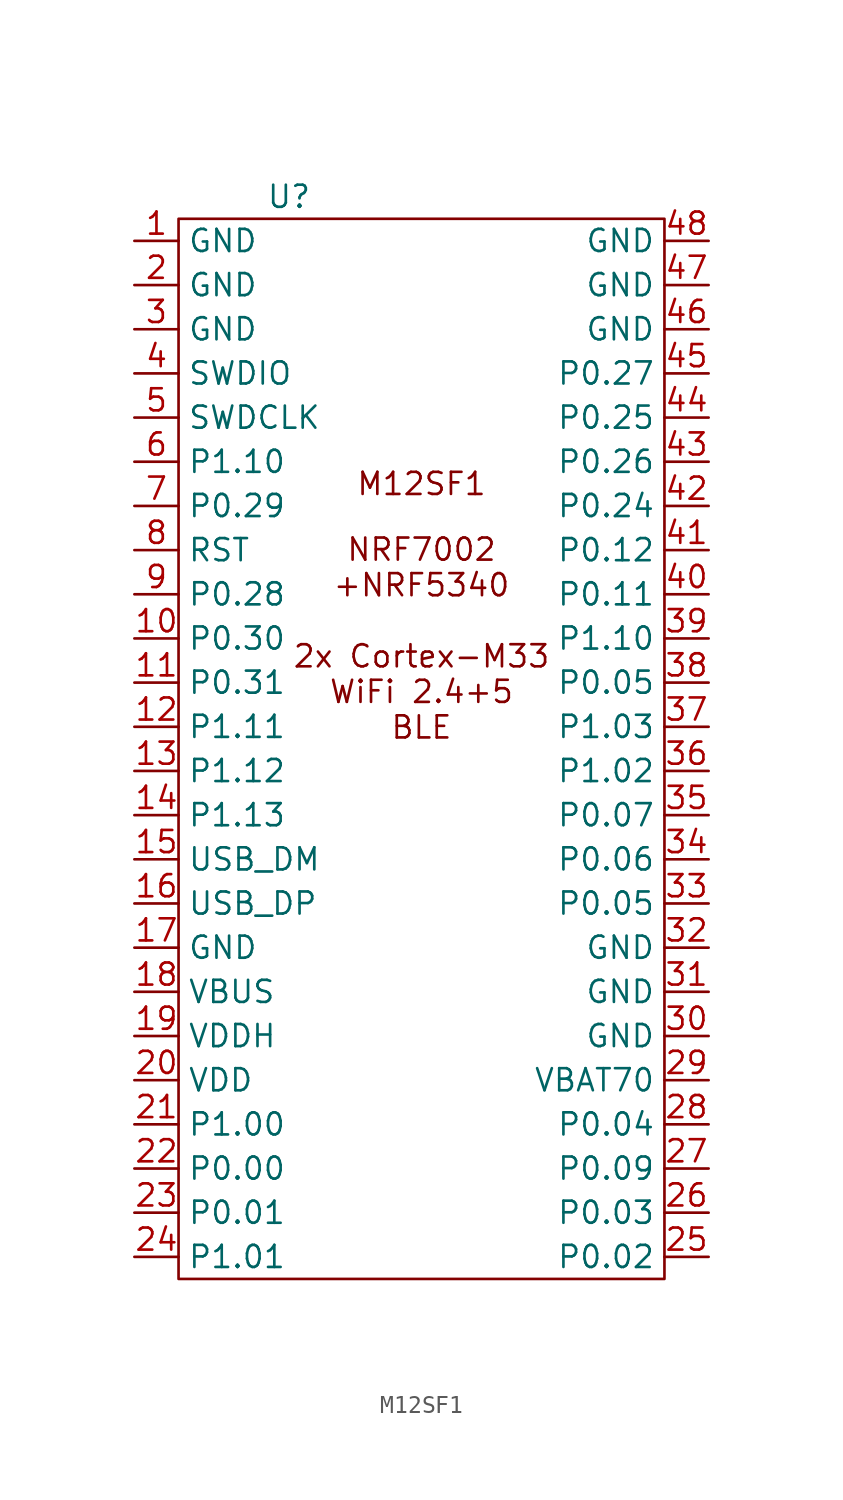
<source format=kicad_sym>
(kicad_symbol_lib
  (version 20220914)
  (generator kicad_symbol_editor)
  (symbol "M12SF1"
    (property "Reference" "U"
      (at -6.35 33.02 0)
      (effects (font (size 1.27 1.27))))
    (property "Value" ""
      (at -6.35 22.86 0)
      (effects (font (size 1.27 1.27))))
    (symbol "M12SF1_0_1"
      (rectangle (start -12.7 31.75) (end 15.24 -29.21) (stroke (width 0) (type default)) (fill (type none))))
    (symbol "M12SF1_1_1"
      (text "M12SF1" (at 1.27 16.51 0) (effects (font (size 1.27 1.27))))
      (text "NRF7002\n+NRF5340\n\n2x Cortex-M33\nWiFi 2.4+5\nBLE" (at 1.27 7.62 0) (effects (font (size 1.27 1.27))))
      (pin power_in line (at -15.24 30.48 0) (length 2.54) (name "GND" (effects (font (size 1.27 1.27)))) (number "1" (effects (font (size 1.27 1.27)))))
      (pin input line (at -15.24 7.62 0) (length 2.54) (name "P0.30" (effects (font (size 1.27 1.27)))) (number "10" (effects (font (size 1.27 1.27)))))
      (pin input line (at -15.24 5.08 0) (length 2.54) (name "P0.31" (effects (font (size 1.27 1.27)))) (number "11" (effects (font (size 1.27 1.27)))))
      (pin input line (at -15.24 2.54 0) (length 2.54) (name "P1.11" (effects (font (size 1.27 1.27)))) (number "12" (effects (font (size 1.27 1.27)))))
      (pin input line (at -15.24 0 0) (length 2.54) (name "P1.12" (effects (font (size 1.27 1.27)))) (number "13" (effects (font (size 1.27 1.27)))))
      (pin input line (at -15.24 -2.54 0) (length 2.54) (name "P1.13" (effects (font (size 1.27 1.27)))) (number "14" (effects (font (size 1.27 1.27)))))
      (pin input line (at -15.24 -5.08 0) (length 2.54) (name "USB_DM" (effects (font (size 1.27 1.27)))) (number "15" (effects (font (size 1.27 1.27)))))
      (pin input line (at -15.24 -7.62 0) (length 2.54) (name "USB_DP" (effects (font (size 1.27 1.27)))) (number "16" (effects (font (size 1.27 1.27)))))
      (pin power_in line (at -15.24 -10.16 0) (length 2.54) (name "GND" (effects (font (size 1.27 1.27)))) (number "17" (effects (font (size 1.27 1.27)))))
      (pin power_in line (at -15.24 -12.7 0) (length 2.54) (name "VBUS" (effects (font (size 1.27 1.27)))) (number "18" (effects (font (size 1.27 1.27)))))
      (pin power_in line (at -15.24 -15.24 0) (length 2.54) (name "VDDH" (effects (font (size 1.27 1.27)))) (number "19" (effects (font (size 1.27 1.27)))))
      (pin power_in line (at -15.24 27.94 0) (length 2.54) (name "GND" (effects (font (size 1.27 1.27)))) (number "2" (effects (font (size 1.27 1.27)))))
      (pin power_in line (at -15.24 -17.78 0) (length 2.54) (name "VDD" (effects (font (size 1.27 1.27)))) (number "20" (effects (font (size 1.27 1.27)))))
      (pin input line (at -15.24 -20.32 0) (length 2.54) (name "P1.00" (effects (font (size 1.27 1.27)))) (number "21" (effects (font (size 1.27 1.27)))))
      (pin input line (at -15.24 -22.86 0) (length 2.54) (name "P0.00" (effects (font (size 1.27 1.27)))) (number "22" (effects (font (size 1.27 1.27)))))
      (pin input line (at -15.24 -25.4 0) (length 2.54) (name "P0.01" (effects (font (size 1.27 1.27)))) (number "23" (effects (font (size 1.27 1.27)))))
      (pin input line (at -15.24 -27.94 0) (length 2.54) (name "P1.01" (effects (font (size 1.27 1.27)))) (number "24" (effects (font (size 1.27 1.27)))))
      (pin input line (at 17.78 -27.94 180) (length 2.54) (name "P0.02" (effects (font (size 1.27 1.27)))) (number "25" (effects (font (size 1.27 1.27)))))
      (pin input line (at 17.78 -25.4 180) (length 2.54) (name "P0.03" (effects (font (size 1.27 1.27)))) (number "26" (effects (font (size 1.27 1.27)))))
      (pin input line (at 17.78 -22.86 180) (length 2.54) (name "P0.09" (effects (font (size 1.27 1.27)))) (number "27" (effects (font (size 1.27 1.27)))))
      (pin input line (at 17.78 -20.32 180) (length 2.54) (name "P0.04" (effects (font (size 1.27 1.27)))) (number "28" (effects (font (size 1.27 1.27)))))
      (pin power_in line (at 17.78 -17.78 180) (length 2.54) (name "VBAT70" (effects (font (size 1.27 1.27)))) (number "29" (effects (font (size 1.27 1.27)))))
      (pin power_in line (at -15.24 25.4 0) (length 2.54) (name "GND" (effects (font (size 1.27 1.27)))) (number "3" (effects (font (size 1.27 1.27)))))
      (pin power_in line (at 17.78 -15.24 180) (length 2.54) (name "GND" (effects (font (size 1.27 1.27)))) (number "30" (effects (font (size 1.27 1.27)))))
      (pin power_in line (at 17.78 -12.7 180) (length 2.54) (name "GND" (effects (font (size 1.27 1.27)))) (number "31" (effects (font (size 1.27 1.27)))))
      (pin power_in line (at 17.78 -10.16 180) (length 2.54) (name "GND" (effects (font (size 1.27 1.27)))) (number "32" (effects (font (size 1.27 1.27)))))
      (pin input line (at 17.78 -7.62 180) (length 2.54) (name "P0.05" (effects (font (size 1.27 1.27)))) (number "33" (effects (font (size 1.27 1.27)))))
      (pin input line (at 17.78 -5.08 180) (length 2.54) (name "P0.06" (effects (font (size 1.27 1.27)))) (number "34" (effects (font (size 1.27 1.27)))))
      (pin input line (at 17.78 -2.54 180) (length 2.54) (name "P0.07" (effects (font (size 1.27 1.27)))) (number "35" (effects (font (size 1.27 1.27)))))
      (pin input line (at 17.78 0 180) (length 2.54) (name "P1.02" (effects (font (size 1.27 1.27)))) (number "36" (effects (font (size 1.27 1.27)))))
      (pin input line (at 17.78 2.54 180) (length 2.54) (name "P1.03" (effects (font (size 1.27 1.27)))) (number "37" (effects (font (size 1.27 1.27)))))
      (pin input line (at 17.78 5.08 180) (length 2.54) (name "P0.05" (effects (font (size 1.27 1.27)))) (number "38" (effects (font (size 1.27 1.27)))))
      (pin input line (at 17.78 7.62 180) (length 2.54) (name "P1.10" (effects (font (size 1.27 1.27)))) (number "39" (effects (font (size 1.27 1.27)))))
      (pin input line (at -15.24 22.86 0) (length 2.54) (name "SWDIO" (effects (font (size 1.27 1.27)))) (number "4" (effects (font (size 1.27 1.27)))))
      (pin input line (at 17.78 10.16 180) (length 2.54) (name "P0.11" (effects (font (size 1.27 1.27)))) (number "40" (effects (font (size 1.27 1.27)))))
      (pin input line (at 17.78 12.7 180) (length 2.54) (name "P0.12" (effects (font (size 1.27 1.27)))) (number "41" (effects (font (size 1.27 1.27)))))
      (pin input line (at 17.78 15.24 180) (length 2.54) (name "P0.24" (effects (font (size 1.27 1.27)))) (number "42" (effects (font (size 1.27 1.27)))))
      (pin input line (at 17.78 17.78 180) (length 2.54) (name "P0.26" (effects (font (size 1.27 1.27)))) (number "43" (effects (font (size 1.27 1.27)))))
      (pin input line (at 17.78 20.32 180) (length 2.54) (name "P0.25" (effects (font (size 1.27 1.27)))) (number "44" (effects (font (size 1.27 1.27)))))
      (pin input line (at 17.78 22.86 180) (length 2.54) (name "P0.27" (effects (font (size 1.27 1.27)))) (number "45" (effects (font (size 1.27 1.27)))))
      (pin power_in line (at 17.78 25.4 180) (length 2.54) (name "GND" (effects (font (size 1.27 1.27)))) (number "46" (effects (font (size 1.27 1.27)))))
      (pin power_in line (at 17.78 27.94 180) (length 2.54) (name "GND" (effects (font (size 1.27 1.27)))) (number "47" (effects (font (size 1.27 1.27)))))
      (pin power_in line (at 17.78 30.48 180) (length 2.54) (name "GND" (effects (font (size 1.27 1.27)))) (number "48" (effects (font (size 1.27 1.27)))))
      (pin input line (at -15.24 20.32 0) (length 2.54) (name "SWDCLK" (effects (font (size 1.27 1.27)))) (number "5" (effects (font (size 1.27 1.27)))))
      (pin input line (at -15.24 17.78 0) (length 2.54) (name "P1.10" (effects (font (size 1.27 1.27)))) (number "6" (effects (font (size 1.27 1.27)))))
      (pin input line (at -15.24 15.24 0) (length 2.54) (name "P0.29" (effects (font (size 1.27 1.27)))) (number "7" (effects (font (size 1.27 1.27)))))
      (pin input line (at -15.24 12.7 0) (length 2.54) (name "RST" (effects (font (size 1.27 1.27)))) (number "8" (effects (font (size 1.27 1.27)))))
      (pin input line (at -15.24 10.16 0) (length 2.54) (name "P0.28" (effects (font (size 1.27 1.27)))) (number "9" (effects (font (size 1.27 1.27))))))))
</source>
